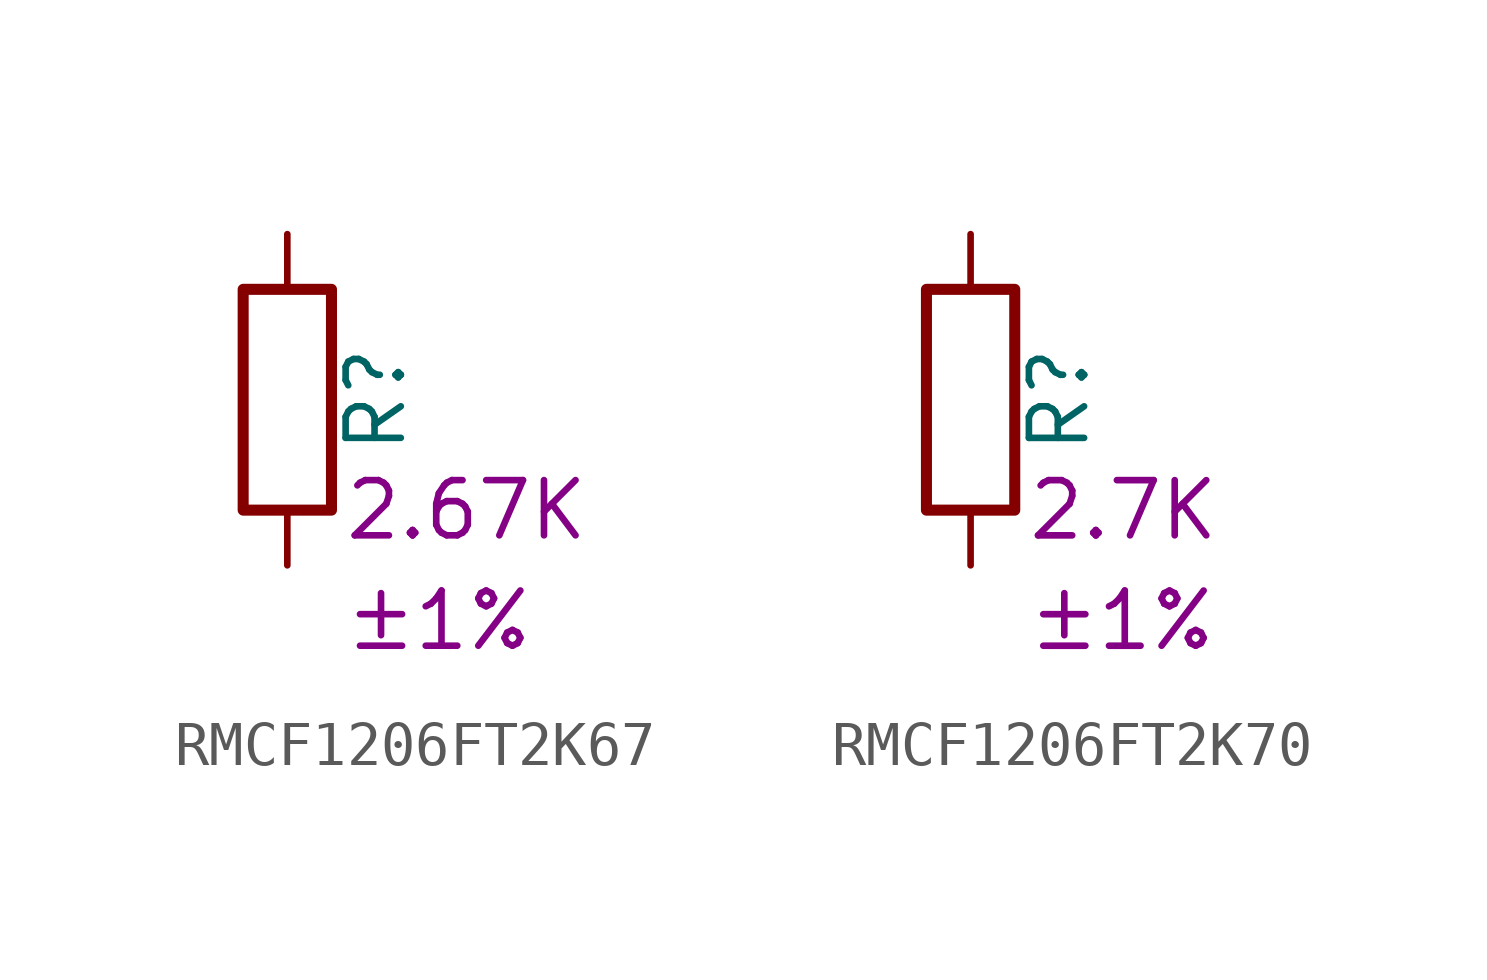
<source format=kicad_sym>
(kicad_symbol_lib
  (version 20220914)
  (generator kicad_symbol_editor)
  (symbol "RMCF1206FT2K67"
    (pin_numbers hide)
    (pin_names
      (offset 0))
    (property "Reference" "R"
      (at 2.032 0 90)
      (effects (font (size 1.27 1.27))))
    (property "Resistance" "2.67K"
      (at 1.27 -2.54 0)
      (effects (font (size 1.27 1.27)) (justify left)))
    (property "Tolerance" "±1%"
      (at 1.27 -5.08 0)
      (effects (font (size 1.27 1.27)) (justify left)))
    (symbol "RMCF1206FT2K67_0_1"
      (rectangle (start -1.016 -2.54) (end 1.016 2.54) (stroke (width 0.254) (type default)) (fill (type none))))
    (symbol "RMCF1206FT2K67_1_1"
      (pin passive line (at 0 3.81 270) (length 1.27) (name "~" (effects (font (size 1.27 1.27)))) (number "1" (effects (font (size 1.27 1.27)))))
      (pin passive line (at 0 -3.81 90) (length 1.27) (name "~" (effects (font (size 1.27 1.27)))) (number "2" (effects (font (size 1.27 1.27)))))))
  (symbol "RMCF1206FT2K70"
    (pin_numbers hide)
    (pin_names
      (offset 0))
    (property "Reference" "R"
      (at 2.032 0 90)
      (effects (font (size 1.27 1.27))))
    (property "Resistance" "2.7K"
      (at 1.27 -2.54 0)
      (effects (font (size 1.27 1.27)) (justify left)))
    (property "Tolerance" "±1%"
      (at 1.27 -5.08 0)
      (effects (font (size 1.27 1.27)) (justify left)))
    (symbol "RMCF1206FT2K70_0_1"
      (rectangle (start -1.016 -2.54) (end 1.016 2.54) (stroke (width 0.254) (type default)) (fill (type none))))
    (symbol "RMCF1206FT2K70_1_1"
      (pin passive line (at 0 3.81 270) (length 1.27) (name "~" (effects (font (size 1.27 1.27)))) (number "1" (effects (font (size 1.27 1.27)))))
      (pin passive line (at 0 -3.81 90) (length 1.27) (name "~" (effects (font (size 1.27 1.27)))) (number "2" (effects (font (size 1.27 1.27))))))))
</source>
